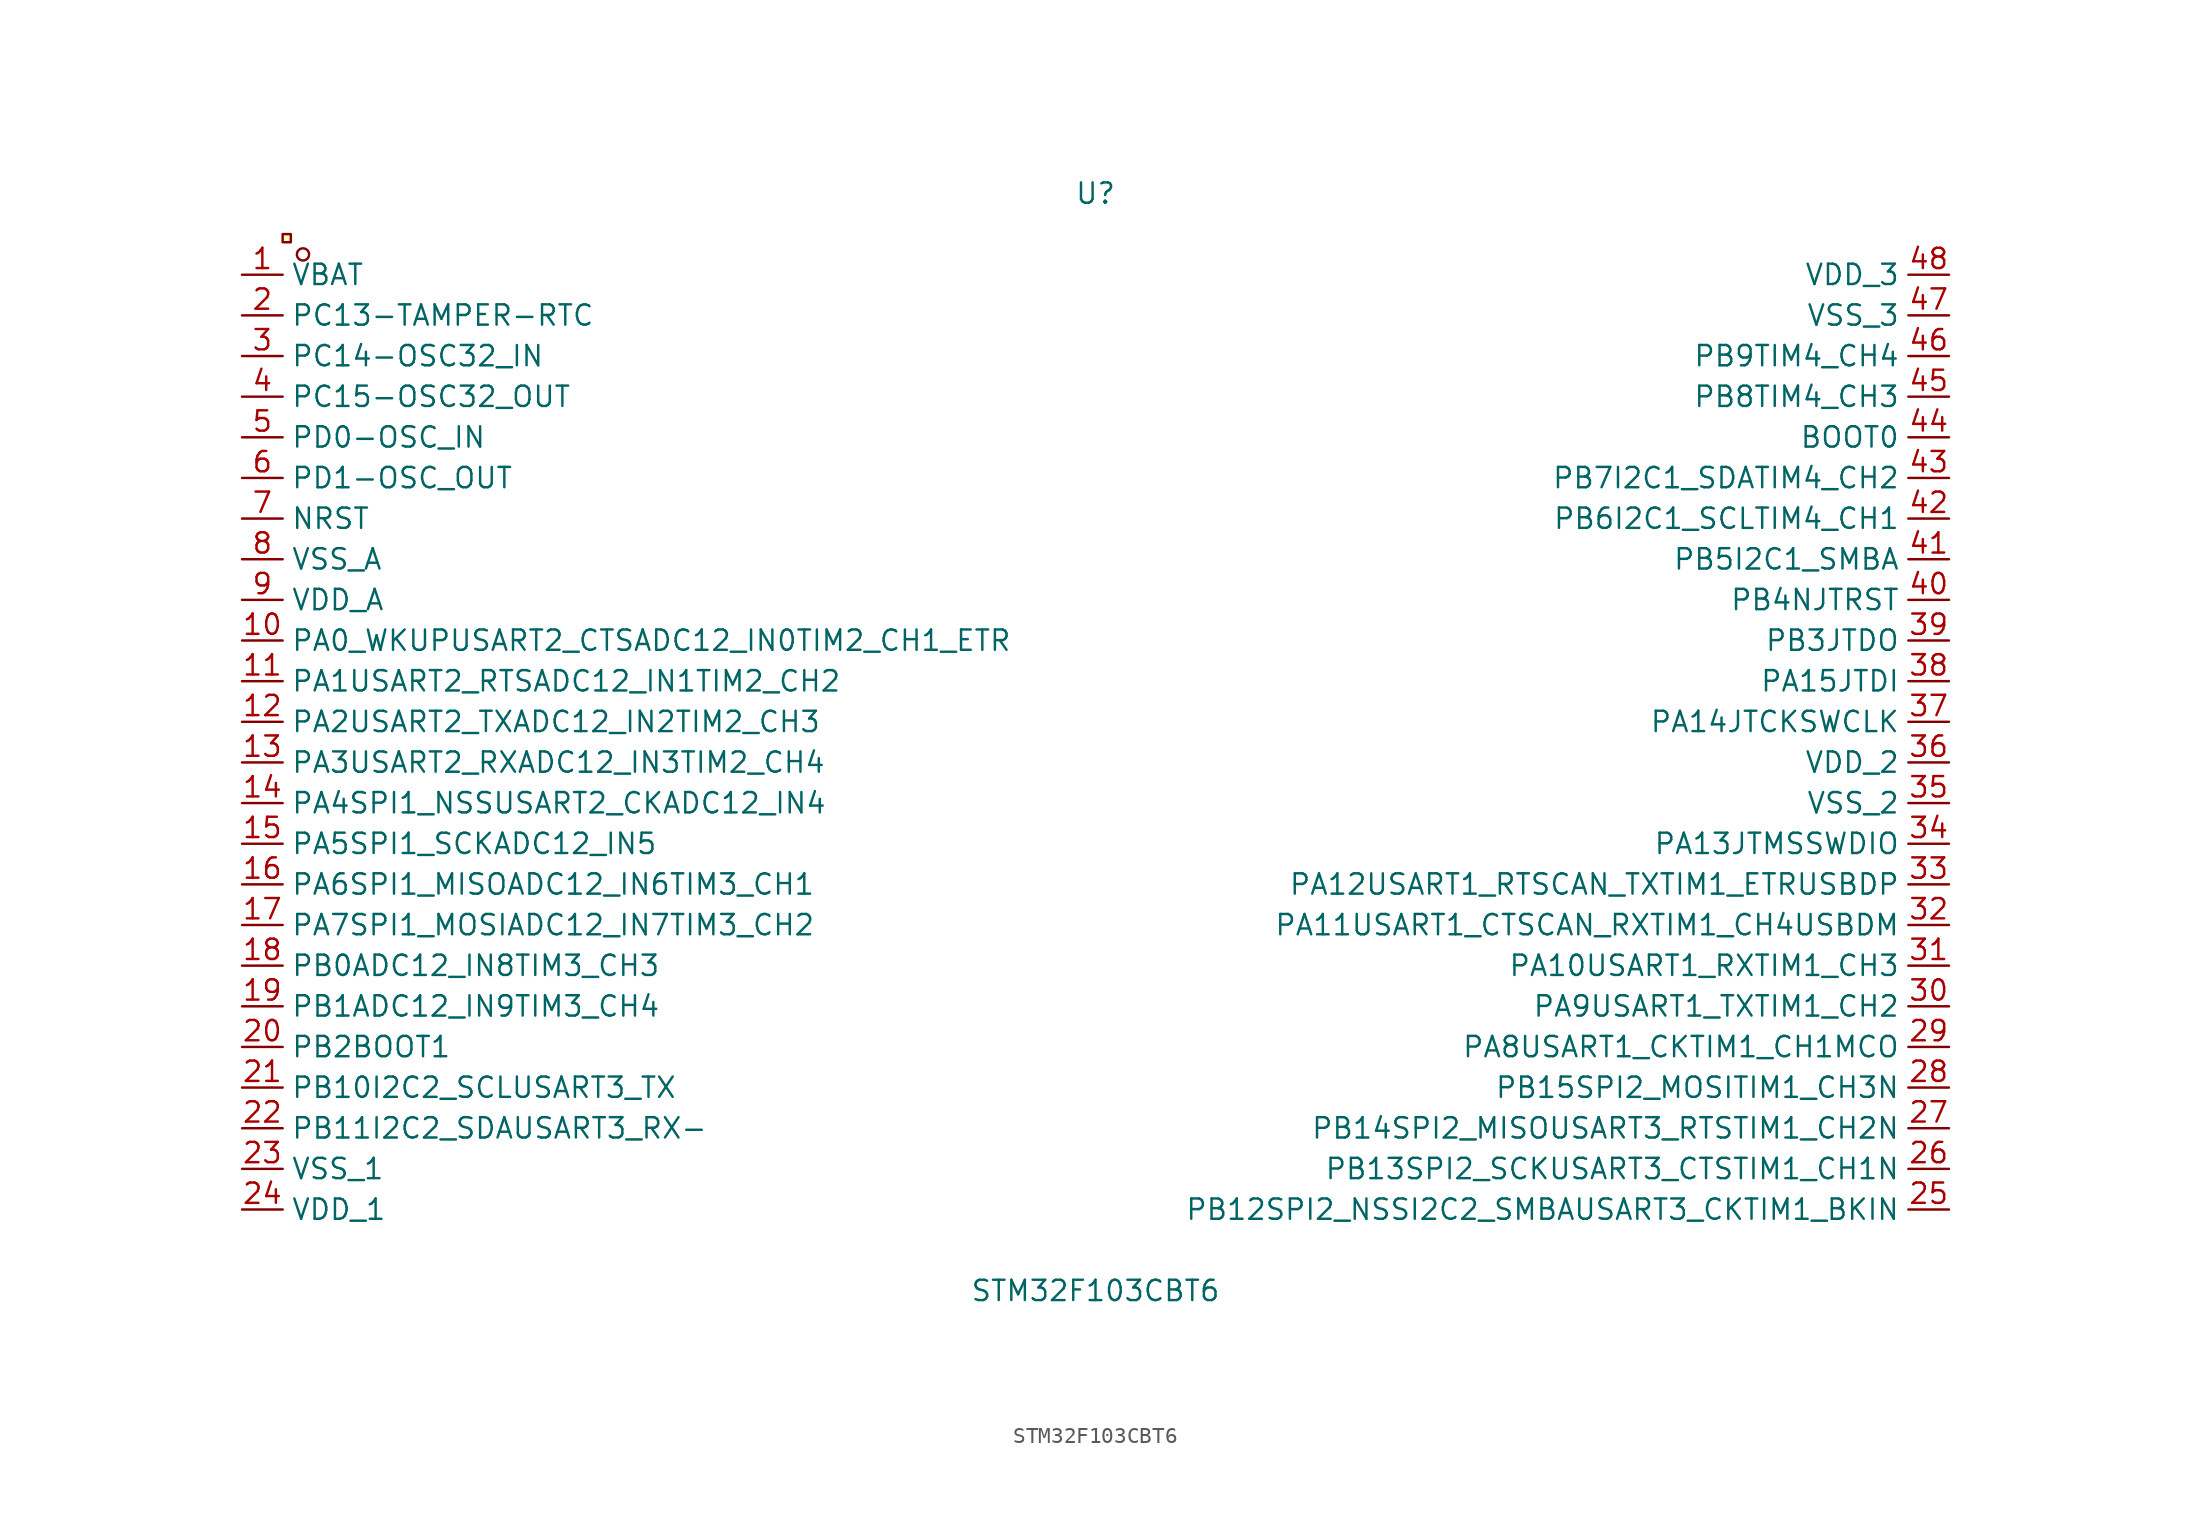
<source format=kicad_sym>
(kicad_symbol_lib
  (version 20241209)
  (generator "kicad_symbol_editor")
  (generator_version "9.0")
  (symbol "STM32F103CBT6"
    (property "Reference" "U"
      (at 0 34.29 0)
      (effects (font (size 1.27 1.27))))
    (property "Value" "STM32F103CBT6"
      (at 0 -34.29 0)
      (effects (font (size 1.27 1.27))))
    (symbol "STM32F103CBT6_0_1"
      (rectangle (start -50.8 31.75) (end -50.29 31.24) (stroke (width 0) (type default)) (fill (type background)))
      (circle (center -49.53 30.48) (radius 0.38) (stroke (width 0) (type default)) (fill (type none)))
      (pin unspecified line (at -53.34 29.21 0) (length 2.54) (name "VBAT" (effects (font (size 1.27 1.27)))) (number "1" (effects (font (size 1.27 1.27)))))
      (pin unspecified line (at -53.34 26.67 0) (length 2.54) (name "PC13-TAMPER-RTC" (effects (font (size 1.27 1.27)))) (number "2" (effects (font (size 1.27 1.27)))))
      (pin unspecified line (at -53.34 24.13 0) (length 2.54) (name "PC14-OSC32_IN" (effects (font (size 1.27 1.27)))) (number "3" (effects (font (size 1.27 1.27)))))
      (pin unspecified line (at -53.34 21.59 0) (length 2.54) (name "PC15-OSC32_OUT" (effects (font (size 1.27 1.27)))) (number "4" (effects (font (size 1.27 1.27)))))
      (pin unspecified line (at -53.34 19.05 0) (length 2.54) (name "PD0-OSC_IN" (effects (font (size 1.27 1.27)))) (number "5" (effects (font (size 1.27 1.27)))))
      (pin unspecified line (at -53.34 16.51 0) (length 2.54) (name "PD1-OSC_OUT" (effects (font (size 1.27 1.27)))) (number "6" (effects (font (size 1.27 1.27)))))
      (pin unspecified line (at -53.34 13.97 0) (length 2.54) (name "NRST" (effects (font (size 1.27 1.27)))) (number "7" (effects (font (size 1.27 1.27)))))
      (pin unspecified line (at -53.34 11.43 0) (length 2.54) (name "VSS_A" (effects (font (size 1.27 1.27)))) (number "8" (effects (font (size 1.27 1.27)))))
      (pin unspecified line (at -53.34 8.89 0) (length 2.54) (name "VDD_A" (effects (font (size 1.27 1.27)))) (number "9" (effects (font (size 1.27 1.27)))))
      (pin unspecified line (at -53.34 6.35 0) (length 2.54) (name "PA0_WKUPUSART2_CTSADC12_IN0TIM2_CH1_ETR" (effects (font (size 1.27 1.27)))) (number "10" (effects (font (size 1.27 1.27)))))
      (pin unspecified line (at -53.34 3.81 0) (length 2.54) (name "PA1USART2_RTSADC12_IN1TIM2_CH2" (effects (font (size 1.27 1.27)))) (number "11" (effects (font (size 1.27 1.27)))))
      (pin unspecified line (at -53.34 1.27 0) (length 2.54) (name "PA2USART2_TXADC12_IN2TIM2_CH3" (effects (font (size 1.27 1.27)))) (number "12" (effects (font (size 1.27 1.27)))))
      (pin unspecified line (at -53.34 -1.27 0) (length 2.54) (name "PA3USART2_RXADC12_IN3TIM2_CH4" (effects (font (size 1.27 1.27)))) (number "13" (effects (font (size 1.27 1.27)))))
      (pin unspecified line (at -53.34 -3.81 0) (length 2.54) (name "PA4SPI1_NSSUSART2_CKADC12_IN4" (effects (font (size 1.27 1.27)))) (number "14" (effects (font (size 1.27 1.27)))))
      (pin unspecified line (at -53.34 -6.35 0) (length 2.54) (name "PA5SPI1_SCKADC12_IN5" (effects (font (size 1.27 1.27)))) (number "15" (effects (font (size 1.27 1.27)))))
      (pin unspecified line (at -53.34 -8.89 0) (length 2.54) (name "PA6SPI1_MISOADC12_IN6TIM3_CH1" (effects (font (size 1.27 1.27)))) (number "16" (effects (font (size 1.27 1.27)))))
      (pin unspecified line (at -53.34 -11.43 0) (length 2.54) (name "PA7SPI1_MOSIADC12_IN7TIM3_CH2" (effects (font (size 1.27 1.27)))) (number "17" (effects (font (size 1.27 1.27)))))
      (pin unspecified line (at -53.34 -13.97 0) (length 2.54) (name "PB0ADC12_IN8TIM3_CH3" (effects (font (size 1.27 1.27)))) (number "18" (effects (font (size 1.27 1.27)))))
      (pin unspecified line (at -53.34 -16.51 0) (length 2.54) (name "PB1ADC12_IN9TIM3_CH4" (effects (font (size 1.27 1.27)))) (number "19" (effects (font (size 1.27 1.27)))))
      (pin unspecified line (at -53.34 -19.05 0) (length 2.54) (name "PB2BOOT1" (effects (font (size 1.27 1.27)))) (number "20" (effects (font (size 1.27 1.27)))))
      (pin unspecified line (at -53.34 -21.59 0) (length 2.54) (name "PB10I2C2_SCLUSART3_TX" (effects (font (size 1.27 1.27)))) (number "21" (effects (font (size 1.27 1.27)))))
      (pin unspecified line (at -53.34 -24.13 0) (length 2.54) (name "PB11I2C2_SDAUSART3_RX-" (effects (font (size 1.27 1.27)))) (number "22" (effects (font (size 1.27 1.27)))))
      (pin unspecified line (at -53.34 -26.67 0) (length 2.54) (name "VSS_1" (effects (font (size 1.27 1.27)))) (number "23" (effects (font (size 1.27 1.27)))))
      (pin unspecified line (at -53.34 -29.21 0) (length 2.54) (name "VDD_1" (effects (font (size 1.27 1.27)))) (number "24" (effects (font (size 1.27 1.27)))))
      (pin unspecified line (at 53.34 29.21 180) (length 2.54) (name "VDD_3" (effects (font (size 1.27 1.27)))) (number "48" (effects (font (size 1.27 1.27)))))
      (pin unspecified line (at 53.34 26.67 180) (length 2.54) (name "VSS_3" (effects (font (size 1.27 1.27)))) (number "47" (effects (font (size 1.27 1.27)))))
      (pin unspecified line (at 53.34 24.13 180) (length 2.54) (name "PB9TIM4_CH4" (effects (font (size 1.27 1.27)))) (number "46" (effects (font (size 1.27 1.27)))))
      (pin unspecified line (at 53.34 21.59 180) (length 2.54) (name "PB8TIM4_CH3" (effects (font (size 1.27 1.27)))) (number "45" (effects (font (size 1.27 1.27)))))
      (pin unspecified line (at 53.34 19.05 180) (length 2.54) (name "BOOT0" (effects (font (size 1.27 1.27)))) (number "44" (effects (font (size 1.27 1.27)))))
      (pin unspecified line (at 53.34 16.51 180) (length 2.54) (name "PB7I2C1_SDATIM4_CH2" (effects (font (size 1.27 1.27)))) (number "43" (effects (font (size 1.27 1.27)))))
      (pin unspecified line (at 53.34 13.97 180) (length 2.54) (name "PB6I2C1_SCLTIM4_CH1" (effects (font (size 1.27 1.27)))) (number "42" (effects (font (size 1.27 1.27)))))
      (pin unspecified line (at 53.34 11.43 180) (length 2.54) (name "PB5I2C1_SMBA" (effects (font (size 1.27 1.27)))) (number "41" (effects (font (size 1.27 1.27)))))
      (pin unspecified line (at 53.34 8.89 180) (length 2.54) (name "PB4NJTRST" (effects (font (size 1.27 1.27)))) (number "40" (effects (font (size 1.27 1.27)))))
      (pin unspecified line (at 53.34 6.35 180) (length 2.54) (name "PB3JTDO" (effects (font (size 1.27 1.27)))) (number "39" (effects (font (size 1.27 1.27)))))
      (pin unspecified line (at 53.34 3.81 180) (length 2.54) (name "PA15JTDI" (effects (font (size 1.27 1.27)))) (number "38" (effects (font (size 1.27 1.27)))))
      (pin unspecified line (at 53.34 1.27 180) (length 2.54) (name "PA14JTCKSWCLK" (effects (font (size 1.27 1.27)))) (number "37" (effects (font (size 1.27 1.27)))))
      (pin unspecified line (at 53.34 -1.27 180) (length 2.54) (name "VDD_2" (effects (font (size 1.27 1.27)))) (number "36" (effects (font (size 1.27 1.27)))))
      (pin unspecified line (at 53.34 -3.81 180) (length 2.54) (name "VSS_2" (effects (font (size 1.27 1.27)))) (number "35" (effects (font (size 1.27 1.27)))))
      (pin unspecified line (at 53.34 -6.35 180) (length 2.54) (name "PA13JTMSSWDIO" (effects (font (size 1.27 1.27)))) (number "34" (effects (font (size 1.27 1.27)))))
      (pin unspecified line (at 53.34 -8.89 180) (length 2.54) (name "PA12USART1_RTSCAN_TXTIM1_ETRUSBDP" (effects (font (size 1.27 1.27)))) (number "33" (effects (font (size 1.27 1.27)))))
      (pin unspecified line (at 53.34 -11.43 180) (length 2.54) (name "PA11USART1_CTSCAN_RXTIM1_CH4USBDM" (effects (font (size 1.27 1.27)))) (number "32" (effects (font (size 1.27 1.27)))))
      (pin unspecified line (at 53.34 -13.97 180) (length 2.54) (name "PA10USART1_RXTIM1_CH3" (effects (font (size 1.27 1.27)))) (number "31" (effects (font (size 1.27 1.27)))))
      (pin unspecified line (at 53.34 -16.51 180) (length 2.54) (name "PA9USART1_TXTIM1_CH2" (effects (font (size 1.27 1.27)))) (number "30" (effects (font (size 1.27 1.27)))))
      (pin unspecified line (at 53.34 -19.05 180) (length 2.54) (name "PA8USART1_CKTIM1_CH1MCO" (effects (font (size 1.27 1.27)))) (number "29" (effects (font (size 1.27 1.27)))))
      (pin unspecified line (at 53.34 -21.59 180) (length 2.54) (name "PB15SPI2_MOSITIM1_CH3N" (effects (font (size 1.27 1.27)))) (number "28" (effects (font (size 1.27 1.27)))))
      (pin unspecified line (at 53.34 -24.13 180) (length 2.54) (name "PB14SPI2_MISOUSART3_RTSTIM1_CH2N" (effects (font (size 1.27 1.27)))) (number "27" (effects (font (size 1.27 1.27)))))
      (pin unspecified line (at 53.34 -26.67 180) (length 2.54) (name "PB13SPI2_SCKUSART3_CTSTIM1_CH1N" (effects (font (size 1.27 1.27)))) (number "26" (effects (font (size 1.27 1.27)))))
      (pin unspecified line (at 53.34 -29.21 180) (length 2.54) (name "PB12SPI2_NSSI2C2_SMBAUSART3_CKTIM1_BKIN" (effects (font (size 1.27 1.27)))) (number "25" (effects (font (size 1.27 1.27))))))))
</source>
